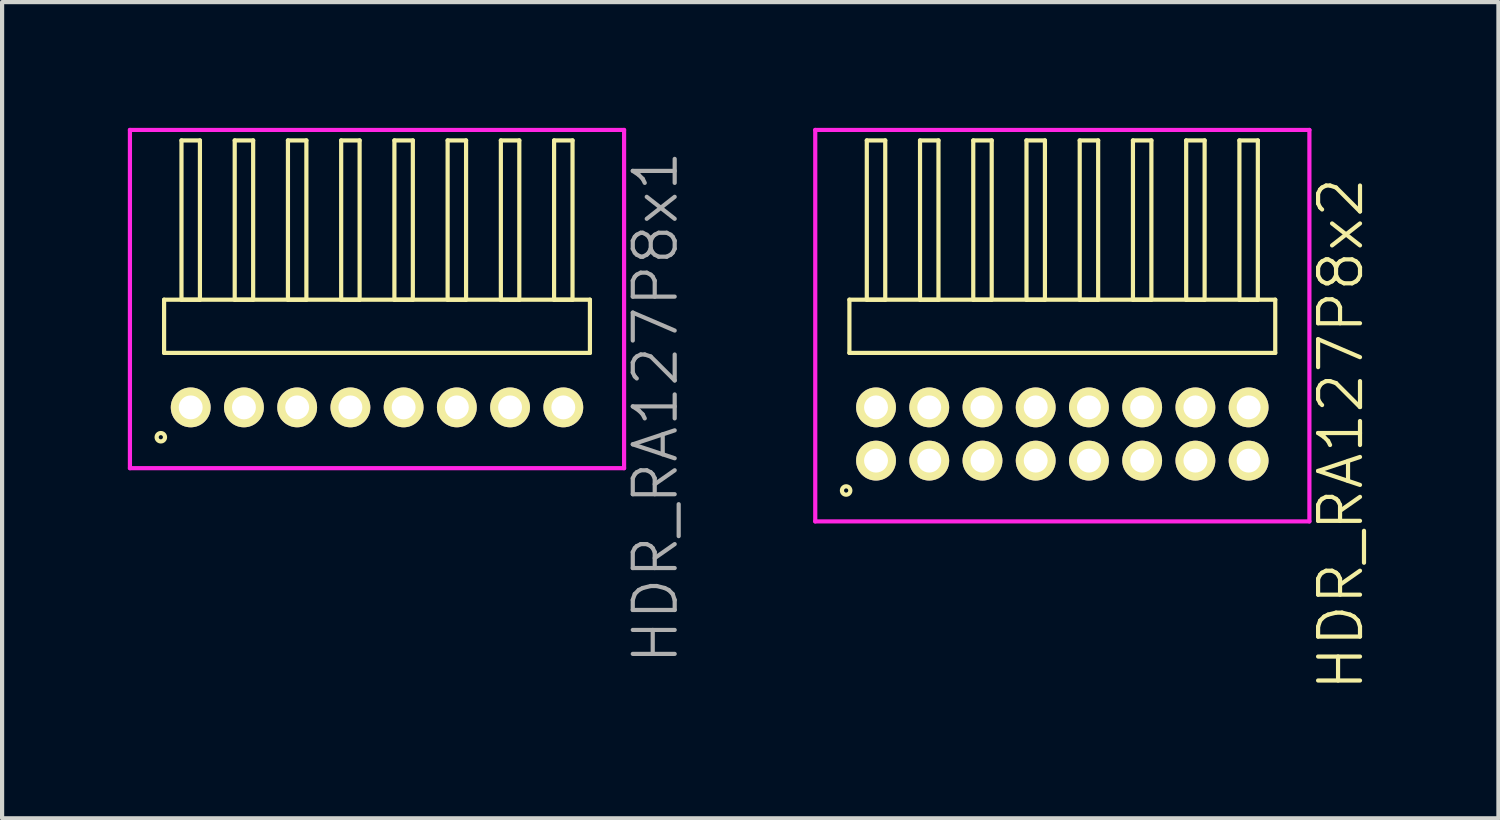
<source format=kicad_pcb>
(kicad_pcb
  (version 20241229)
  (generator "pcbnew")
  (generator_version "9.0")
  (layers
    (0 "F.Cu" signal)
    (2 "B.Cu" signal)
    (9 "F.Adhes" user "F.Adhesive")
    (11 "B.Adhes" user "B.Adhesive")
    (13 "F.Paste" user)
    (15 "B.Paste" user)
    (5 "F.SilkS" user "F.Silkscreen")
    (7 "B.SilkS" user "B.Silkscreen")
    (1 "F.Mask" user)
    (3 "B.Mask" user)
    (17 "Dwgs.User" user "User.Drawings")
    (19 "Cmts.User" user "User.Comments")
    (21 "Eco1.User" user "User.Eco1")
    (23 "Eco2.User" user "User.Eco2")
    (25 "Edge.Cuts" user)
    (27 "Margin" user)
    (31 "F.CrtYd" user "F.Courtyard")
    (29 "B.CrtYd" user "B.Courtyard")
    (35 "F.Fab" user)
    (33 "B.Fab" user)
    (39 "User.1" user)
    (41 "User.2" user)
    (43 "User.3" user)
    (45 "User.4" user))
  (footprint "HDR_RA127P8x1"
    (layer "F.Cu")
    (at 5.945 6.67)
    (property "Reference" "HDR_RA127P8x1" (at 6.645 0 90) (layer "F.Fab") (effects (font (size 1 1) (thickness 0.1))))
    (attr through_hole)
    (fp_line (start -5.08 -2.57) (end -5.08 -1.3) (stroke (width 0.1) (type solid)) (layer "F.SilkS"))
    (fp_line (start -5.08 -1.3) (end 5.08 -1.3) (stroke (width 0.1) (type solid)) (layer "F.SilkS"))
    (fp_line (start -4.665 -6.37) (end -4.665 -2.57) (stroke (width 0.1) (type solid)) (layer "F.SilkS"))
    (fp_line (start -4.665 -2.57) (end -4.225 -2.57) (stroke (width 0.1) (type solid)) (layer "F.SilkS"))
    (fp_line (start -4.225 -6.37) (end -4.665 -6.37) (stroke (width 0.1) (type solid)) (layer "F.SilkS"))
    (fp_line (start -4.225 -2.57) (end -4.225 -6.37) (stroke (width 0.1) (type solid)) (layer "F.SilkS"))
    (fp_line (start -3.395 -6.37) (end -3.395 -2.57) (stroke (width 0.1) (type solid)) (layer "F.SilkS"))
    (fp_line (start -3.395 -2.57) (end -2.955 -2.57) (stroke (width 0.1) (type solid)) (layer "F.SilkS"))
    (fp_line (start -2.955 -6.37) (end -3.395 -6.37) (stroke (width 0.1) (type solid)) (layer "F.SilkS"))
    (fp_line (start -2.955 -2.57) (end -2.955 -6.37) (stroke (width 0.1) (type solid)) (layer "F.SilkS"))
    (fp_line (start -2.125 -6.37) (end -2.125 -2.57) (stroke (width 0.1) (type solid)) (layer "F.SilkS"))
    (fp_line (start -2.125 -2.57) (end -1.685 -2.57) (stroke (width 0.1) (type solid)) (layer "F.SilkS"))
    (fp_line (start -1.685 -6.37) (end -2.125 -6.37) (stroke (width 0.1) (type solid)) (layer "F.SilkS"))
    (fp_line (start -1.685 -2.57) (end -1.685 -6.37) (stroke (width 0.1) (type solid)) (layer "F.SilkS"))
    (fp_line (start -0.855 -6.37) (end -0.855 -2.57) (stroke (width 0.1) (type solid)) (layer "F.SilkS"))
    (fp_line (start -0.855 -2.57) (end -0.415 -2.57) (stroke (width 0.1) (type solid)) (layer "F.SilkS"))
    (fp_line (start -0.415 -6.37) (end -0.855 -6.37) (stroke (width 0.1) (type solid)) (layer "F.SilkS"))
    (fp_line (start -0.415 -2.57) (end -0.415 -6.37) (stroke (width 0.1) (type solid)) (layer "F.SilkS"))
    (fp_line (start 0.415 -6.37) (end 0.415 -2.57) (stroke (width 0.1) (type solid)) (layer "F.SilkS"))
    (fp_line (start 0.415 -2.57) (end 0.855 -2.57) (stroke (width 0.1) (type solid)) (layer "F.SilkS"))
    (fp_line (start 0.855 -6.37) (end 0.415 -6.37) (stroke (width 0.1) (type solid)) (layer "F.SilkS"))
    (fp_line (start 0.855 -2.57) (end 0.855 -6.37) (stroke (width 0.1) (type solid)) (layer "F.SilkS"))
    (fp_line (start 1.685 -6.37) (end 1.685 -2.57) (stroke (width 0.1) (type solid)) (layer "F.SilkS"))
    (fp_line (start 1.685 -2.57) (end 2.125 -2.57) (stroke (width 0.1) (type solid)) (layer "F.SilkS"))
    (fp_line (start 2.125 -6.37) (end 1.685 -6.37) (stroke (width 0.1) (type solid)) (layer "F.SilkS"))
    (fp_line (start 2.125 -2.57) (end 2.125 -6.37) (stroke (width 0.1) (type solid)) (layer "F.SilkS"))
    (fp_line (start 2.955 -6.37) (end 2.955 -2.57) (stroke (width 0.1) (type solid)) (layer "F.SilkS"))
    (fp_line (start 2.955 -2.57) (end 3.395 -2.57) (stroke (width 0.1) (type solid)) (layer "F.SilkS"))
    (fp_line (start 3.395 -6.37) (end 2.955 -6.37) (stroke (width 0.1) (type solid)) (layer "F.SilkS"))
    (fp_line (start 3.395 -2.57) (end 3.395 -6.37) (stroke (width 0.1) (type solid)) (layer "F.SilkS"))
    (fp_line (start 4.225 -6.37) (end 4.225 -2.57) (stroke (width 0.1) (type solid)) (layer "F.SilkS"))
    (fp_line (start 4.225 -2.57) (end 4.665 -2.57) (stroke (width 0.1) (type solid)) (layer "F.SilkS"))
    (fp_line (start 4.665 -6.37) (end 4.225 -6.37) (stroke (width 0.1) (type solid)) (layer "F.SilkS"))
    (fp_line (start 4.665 -2.57) (end 4.665 -6.37) (stroke (width 0.1) (type solid)) (layer "F.SilkS"))
    (fp_line (start 5.08 -2.57) (end -5.08 -2.57) (stroke (width 0.1) (type solid)) (layer "F.SilkS"))
    (fp_line (start 5.08 -1.3) (end 5.08 -2.57) (stroke (width 0.1) (type solid)) (layer "F.SilkS"))
    (fp_circle (center -5.158 0.712) (end -5.058 0.712) (stroke (width 0.1) (type solid)) (fill no) (layer "F.SilkS"))
    (fp_line (start -5.895 -6.62) (end -5.895 1.45) (stroke (width 0.1) (type solid)) (layer "F.CrtYd"))
    (fp_line (start -5.895 1.45) (end 5.895 1.45) (stroke (width 0.1) (type solid)) (layer "F.CrtYd"))
    (fp_line (start 5.895 -6.62) (end -5.895 -6.62) (stroke (width 0.1) (type solid)) (layer "F.CrtYd"))
    (fp_line (start 5.895 1.45) (end 5.895 -6.62) (stroke (width 0.1) (type solid)) (layer "F.CrtYd"))
    (pad "1" thru_hole oval (at -4.445 0) (size 0.95 0.95) (drill 0.57) (layers "*.Cu" "*.Mask" "F.SilkS"))
    (pad "2" thru_hole oval (at -3.175 0) (size 0.95 0.95) (drill 0.57) (layers "*.Cu" "*.Mask" "F.SilkS"))
    (pad "3" thru_hole oval (at -1.905 0) (size 0.95 0.95) (drill 0.57) (layers "*.Cu" "*.Mask" "F.SilkS"))
    (pad "4" thru_hole oval (at -0.635 0) (size 0.95 0.95) (drill 0.57) (layers "*.Cu" "*.Mask" "F.SilkS"))
    (pad "5" thru_hole oval (at 0.635 0) (size 0.95 0.95) (drill 0.57) (layers "*.Cu" "*.Mask" "F.SilkS"))
    (pad "6" thru_hole oval (at 1.905 0) (size 0.95 0.95) (drill 0.57) (layers "*.Cu" "*.Mask" "F.SilkS"))
    (pad "7" thru_hole oval (at 3.175 0) (size 0.95 0.95) (drill 0.57) (layers "*.Cu" "*.Mask" "F.SilkS"))
    (pad "8" thru_hole oval (at 4.445 0) (size 0.95 0.95) (drill 0.57) (layers "*.Cu" "*.Mask" "F.SilkS")))
  (footprint "HDR_RA127P8x2"
    (layer "F.Cu")
    (at 22.296 7.305)
    (property "Reference" "HDR_RA127P8x2" (at 6.645 0 90) (layer "F.SilkS") (effects (font (size 1 1) (thickness 0.1))))
    (attr through_hole)
    (fp_line (start -5.08 -3.205) (end -5.08 -1.935) (stroke (width 0.1) (type solid)) (layer "F.SilkS"))
    (fp_line (start -5.08 -1.935) (end 5.08 -1.935) (stroke (width 0.1) (type solid)) (layer "F.SilkS"))
    (fp_line (start -4.665 -7.005) (end -4.665 -3.205) (stroke (width 0.1) (type solid)) (layer "F.SilkS"))
    (fp_line (start -4.665 -3.205) (end -4.225 -3.205) (stroke (width 0.1) (type solid)) (layer "F.SilkS"))
    (fp_line (start -4.225 -7.005) (end -4.665 -7.005) (stroke (width 0.1) (type solid)) (layer "F.SilkS"))
    (fp_line (start -4.225 -3.205) (end -4.225 -7.005) (stroke (width 0.1) (type solid)) (layer "F.SilkS"))
    (fp_line (start -3.395 -7.005) (end -3.395 -3.205) (stroke (width 0.1) (type solid)) (layer "F.SilkS"))
    (fp_line (start -3.395 -3.205) (end -2.955 -3.205) (stroke (width 0.1) (type solid)) (layer "F.SilkS"))
    (fp_line (start -2.955 -7.005) (end -3.395 -7.005) (stroke (width 0.1) (type solid)) (layer "F.SilkS"))
    (fp_line (start -2.955 -3.205) (end -2.955 -7.005) (stroke (width 0.1) (type solid)) (layer "F.SilkS"))
    (fp_line (start -2.125 -7.005) (end -2.125 -3.205) (stroke (width 0.1) (type solid)) (layer "F.SilkS"))
    (fp_line (start -2.125 -3.205) (end -1.685 -3.205) (stroke (width 0.1) (type solid)) (layer "F.SilkS"))
    (fp_line (start -1.685 -7.005) (end -2.125 -7.005) (stroke (width 0.1) (type solid)) (layer "F.SilkS"))
    (fp_line (start -1.685 -3.205) (end -1.685 -7.005) (stroke (width 0.1) (type solid)) (layer "F.SilkS"))
    (fp_line (start -0.855 -7.005) (end -0.855 -3.205) (stroke (width 0.1) (type solid)) (layer "F.SilkS"))
    (fp_line (start -0.855 -3.205) (end -0.415 -3.205) (stroke (width 0.1) (type solid)) (layer "F.SilkS"))
    (fp_line (start -0.415 -7.005) (end -0.855 -7.005) (stroke (width 0.1) (type solid)) (layer "F.SilkS"))
    (fp_line (start -0.415 -3.205) (end -0.415 -7.005) (stroke (width 0.1) (type solid)) (layer "F.SilkS"))
    (fp_line (start 0.415 -7.005) (end 0.415 -3.205) (stroke (width 0.1) (type solid)) (layer "F.SilkS"))
    (fp_line (start 0.415 -3.205) (end 0.855 -3.205) (stroke (width 0.1) (type solid)) (layer "F.SilkS"))
    (fp_line (start 0.855 -7.005) (end 0.415 -7.005) (stroke (width 0.1) (type solid)) (layer "F.SilkS"))
    (fp_line (start 0.855 -3.205) (end 0.855 -7.005) (stroke (width 0.1) (type solid)) (layer "F.SilkS"))
    (fp_line (start 1.685 -7.005) (end 1.685 -3.205) (stroke (width 0.1) (type solid)) (layer "F.SilkS"))
    (fp_line (start 1.685 -3.205) (end 2.125 -3.205) (stroke (width 0.1) (type solid)) (layer "F.SilkS"))
    (fp_line (start 2.125 -7.005) (end 1.685 -7.005) (stroke (width 0.1) (type solid)) (layer "F.SilkS"))
    (fp_line (start 2.125 -3.205) (end 2.125 -7.005) (stroke (width 0.1) (type solid)) (layer "F.SilkS"))
    (fp_line (start 2.955 -7.005) (end 2.955 -3.205) (stroke (width 0.1) (type solid)) (layer "F.SilkS"))
    (fp_line (start 2.955 -3.205) (end 3.395 -3.205) (stroke (width 0.1) (type solid)) (layer "F.SilkS"))
    (fp_line (start 3.395 -7.005) (end 2.955 -7.005) (stroke (width 0.1) (type solid)) (layer "F.SilkS"))
    (fp_line (start 3.395 -3.205) (end 3.395 -7.005) (stroke (width 0.1) (type solid)) (layer "F.SilkS"))
    (fp_line (start 4.225 -7.005) (end 4.225 -3.205) (stroke (width 0.1) (type solid)) (layer "F.SilkS"))
    (fp_line (start 4.225 -3.205) (end 4.665 -3.205) (stroke (width 0.1) (type solid)) (layer "F.SilkS"))
    (fp_line (start 4.665 -7.005) (end 4.225 -7.005) (stroke (width 0.1) (type solid)) (layer "F.SilkS"))
    (fp_line (start 4.665 -3.205) (end 4.665 -7.005) (stroke (width 0.1) (type solid)) (layer "F.SilkS"))
    (fp_line (start 5.08 -3.205) (end -5.08 -3.205) (stroke (width 0.1) (type solid)) (layer "F.SilkS"))
    (fp_line (start 5.08 -1.935) (end 5.08 -3.205) (stroke (width 0.1) (type solid)) (layer "F.SilkS"))
    (fp_circle (center -5.158 1.348) (end -5.058 1.348) (stroke (width 0.1) (type solid)) (fill no) (layer "F.SilkS"))
    (fp_line (start -5.895 -7.255) (end -5.895 2.085) (stroke (width 0.1) (type solid)) (layer "F.CrtYd"))
    (fp_line (start -5.895 2.085) (end 5.895 2.085) (stroke (width 0.1) (type solid)) (layer "F.CrtYd"))
    (fp_line (start 5.895 -7.255) (end -5.895 -7.255) (stroke (width 0.1) (type solid)) (layer "F.CrtYd"))
    (fp_line (start 5.895 2.085) (end 5.895 -7.255) (stroke (width 0.1) (type solid)) (layer "F.CrtYd"))
    (pad "1" thru_hole oval (at -4.445 0.635) (size 0.95 0.95) (drill 0.57) (layers "*.Cu" "*.Mask" "F.SilkS"))
    (pad "2" thru_hole oval (at -4.445 -0.635) (size 0.95 0.95) (drill 0.57) (layers "*.Cu" "*.Mask" "F.SilkS"))
    (pad "3" thru_hole oval (at -3.175 0.635) (size 0.95 0.95) (drill 0.57) (layers "*.Cu" "*.Mask" "F.SilkS"))
    (pad "4" thru_hole oval (at -3.175 -0.635) (size 0.95 0.95) (drill 0.57) (layers "*.Cu" "*.Mask" "F.SilkS"))
    (pad "5" thru_hole oval (at -1.905 0.635) (size 0.95 0.95) (drill 0.57) (layers "*.Cu" "*.Mask" "F.SilkS"))
    (pad "6" thru_hole oval (at -1.905 -0.635) (size 0.95 0.95) (drill 0.57) (layers "*.Cu" "*.Mask" "F.SilkS"))
    (pad "7" thru_hole oval (at -0.635 0.635) (size 0.95 0.95) (drill 0.57) (layers "*.Cu" "*.Mask" "F.SilkS"))
    (pad "8" thru_hole oval (at -0.635 -0.635) (size 0.95 0.95) (drill 0.57) (layers "*.Cu" "*.Mask" "F.SilkS"))
    (pad "9" thru_hole oval (at 0.635 0.635) (size 0.95 0.95) (drill 0.57) (layers "*.Cu" "*.Mask" "F.SilkS"))
    (pad "10" thru_hole oval (at 0.635 -0.635) (size 0.95 0.95) (drill 0.57) (layers "*.Cu" "*.Mask" "F.SilkS"))
    (pad "11" thru_hole oval (at 1.905 0.635) (size 0.95 0.95) (drill 0.57) (layers "*.Cu" "*.Mask" "F.SilkS"))
    (pad "12" thru_hole oval (at 1.905 -0.635) (size 0.95 0.95) (drill 0.57) (layers "*.Cu" "*.Mask" "F.SilkS"))
    (pad "13" thru_hole oval (at 3.175 0.635) (size 0.95 0.95) (drill 0.57) (layers "*.Cu" "*.Mask" "F.SilkS"))
    (pad "14" thru_hole oval (at 3.175 -0.635) (size 0.95 0.95) (drill 0.57) (layers "*.Cu" "*.Mask" "F.SilkS"))
    (pad "15" thru_hole oval (at 4.445 0.635) (size 0.95 0.95) (drill 0.57) (layers "*.Cu" "*.Mask" "F.SilkS"))
    (pad "16" thru_hole oval (at 4.445 -0.635) (size 0.95 0.95) (drill 0.57) (layers "*.Cu" "*.Mask" "F.SilkS")))
  (gr_rect
    (start -3 -3)
    (end 32.701 16.474)
    (stroke (width 0.1) (type default))
    (fill no)
    (layer "Edge.Cuts")))
</source>
